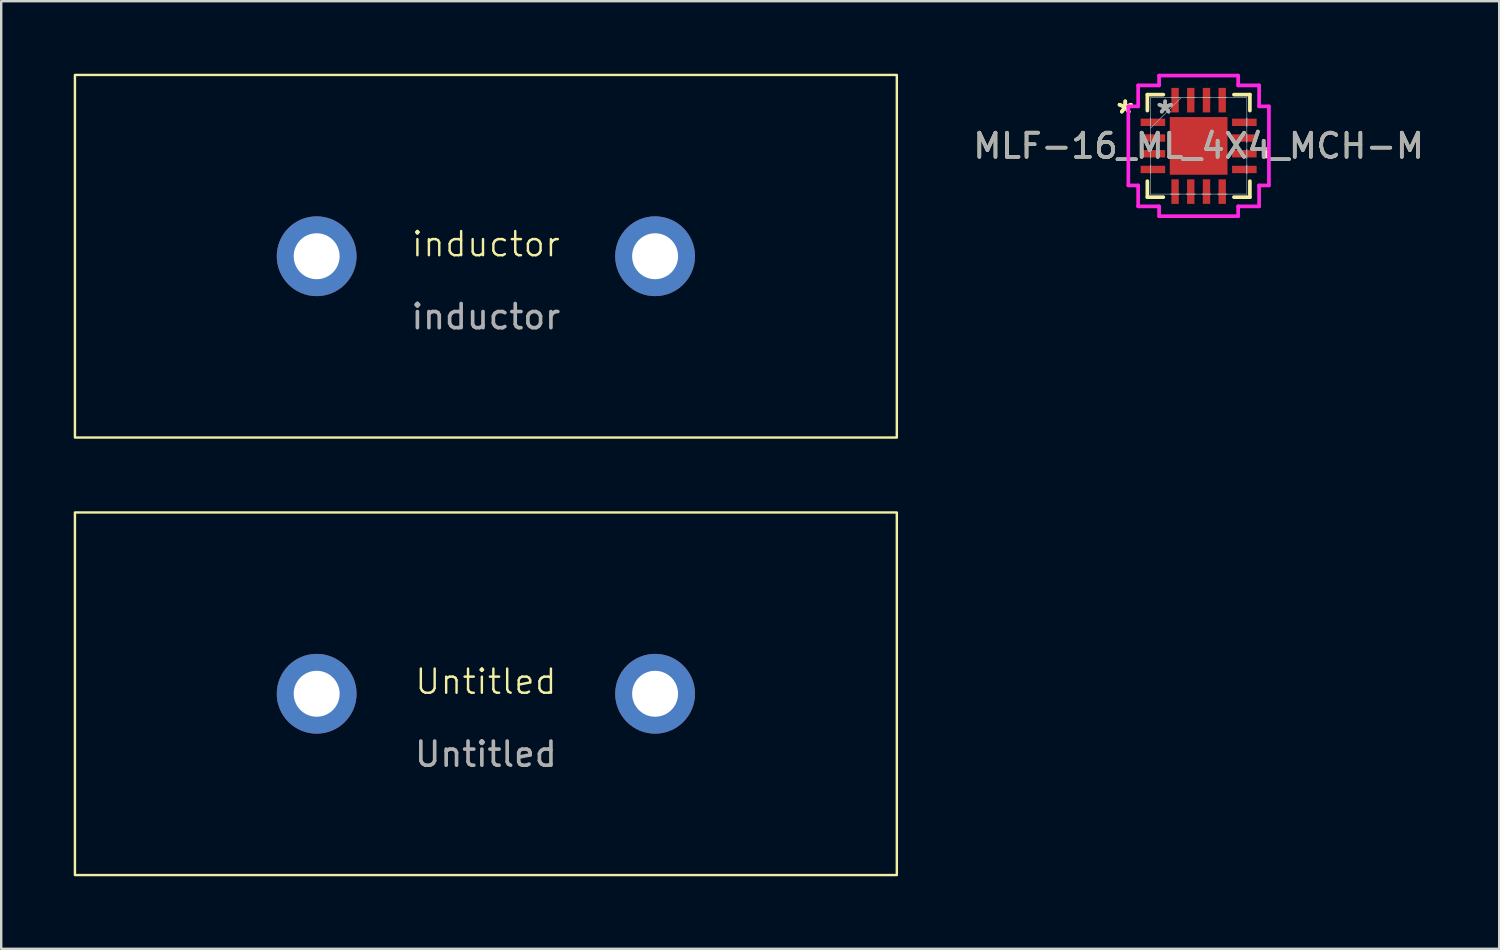
<source format=kicad_pcb>
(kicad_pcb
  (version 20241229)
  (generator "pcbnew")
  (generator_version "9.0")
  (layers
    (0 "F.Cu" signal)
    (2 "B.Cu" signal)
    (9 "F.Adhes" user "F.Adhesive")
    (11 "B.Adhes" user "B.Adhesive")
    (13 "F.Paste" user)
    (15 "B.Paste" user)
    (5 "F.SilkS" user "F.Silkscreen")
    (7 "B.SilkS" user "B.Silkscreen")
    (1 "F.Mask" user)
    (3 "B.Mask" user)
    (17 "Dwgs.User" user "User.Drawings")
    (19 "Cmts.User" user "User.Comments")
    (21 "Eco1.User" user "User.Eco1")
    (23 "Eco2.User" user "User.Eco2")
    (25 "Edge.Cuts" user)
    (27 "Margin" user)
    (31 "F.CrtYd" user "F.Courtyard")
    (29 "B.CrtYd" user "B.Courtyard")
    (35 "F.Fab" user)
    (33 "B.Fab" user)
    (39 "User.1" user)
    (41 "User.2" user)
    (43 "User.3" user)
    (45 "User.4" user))
  (footprint "MLF-16_ML_4X4_MCH-M"
    (layer "F.Cu")
    (at 46.535 2.985)
    (property "Reference" "MLF-16_ML_4X4_MCH-M" (at 0 0 0) (unlocked yes) (layer "F.SilkS") (effects (font (size 1 1) (thickness 0.15))))
    (attr smd)
    (fp_line (start -2.121 -2.121) (end -2.121 -1.46) (stroke (width 0.152) (type solid)) (layer "F.SilkS"))
    (fp_line (start -2.121 1.46) (end -2.121 2.121) (stroke (width 0.152) (type solid)) (layer "F.SilkS"))
    (fp_line (start -2.121 2.121) (end -1.46 2.121) (stroke (width 0.152) (type solid)) (layer "F.SilkS"))
    (fp_line (start -1.46 -2.121) (end -2.121 -2.121) (stroke (width 0.152) (type solid)) (layer "F.SilkS"))
    (fp_line (start 1.46 2.121) (end 2.121 2.121) (stroke (width 0.152) (type solid)) (layer "F.SilkS"))
    (fp_line (start 2.121 -2.121) (end 1.46 -2.121) (stroke (width 0.152) (type solid)) (layer "F.SilkS"))
    (fp_line (start 2.121 -1.46) (end 2.121 -2.121) (stroke (width 0.152) (type solid)) (layer "F.SilkS"))
    (fp_line (start 2.121 2.121) (end 2.121 1.46) (stroke (width 0.152) (type solid)) (layer "F.SilkS"))
    (fp_poly (pts (xy 2.908 0.135) (xy 2.908 0.516) (xy 2.654 0.516) (xy 2.654 0.135)) (stroke (width 0) (type solid)) (fill yes) (layer "F.SilkS"))
    (fp_line (start -2.908 -1.635) (end -2.502 -1.635) (stroke (width 0.152) (type solid)) (layer "F.CrtYd"))
    (fp_line (start -2.908 1.635) (end -2.908 -1.635) (stroke (width 0.152) (type solid)) (layer "F.CrtYd"))
    (fp_line (start -2.502 -2.502) (end -1.635 -2.502) (stroke (width 0.152) (type solid)) (layer "F.CrtYd"))
    (fp_line (start -2.502 -1.635) (end -2.502 -2.502) (stroke (width 0.152) (type solid)) (layer "F.CrtYd"))
    (fp_line (start -2.502 1.635) (end -2.908 1.635) (stroke (width 0.152) (type solid)) (layer "F.CrtYd"))
    (fp_line (start -2.502 2.502) (end -2.502 1.635) (stroke (width 0.152) (type solid)) (layer "F.CrtYd"))
    (fp_line (start -1.635 -2.908) (end 1.635 -2.908) (stroke (width 0.152) (type solid)) (layer "F.CrtYd"))
    (fp_line (start -1.635 -2.502) (end -1.635 -2.908) (stroke (width 0.152) (type solid)) (layer "F.CrtYd"))
    (fp_line (start -1.635 2.502) (end -2.502 2.502) (stroke (width 0.152) (type solid)) (layer "F.CrtYd"))
    (fp_line (start -1.635 2.908) (end -1.635 2.502) (stroke (width 0.152) (type solid)) (layer "F.CrtYd"))
    (fp_line (start 1.635 -2.908) (end 1.635 -2.502) (stroke (width 0.152) (type solid)) (layer "F.CrtYd"))
    (fp_line (start 1.635 -2.502) (end 2.502 -2.502) (stroke (width 0.152) (type solid)) (layer "F.CrtYd"))
    (fp_line (start 1.635 2.502) (end 1.635 2.908) (stroke (width 0.152) (type solid)) (layer "F.CrtYd"))
    (fp_line (start 1.635 2.908) (end -1.635 2.908) (stroke (width 0.152) (type solid)) (layer "F.CrtYd"))
    (fp_line (start 2.502 -2.502) (end 2.502 -1.635) (stroke (width 0.152) (type solid)) (layer "F.CrtYd"))
    (fp_line (start 2.502 -1.635) (end 2.908 -1.635) (stroke (width 0.152) (type solid)) (layer "F.CrtYd"))
    (fp_line (start 2.502 1.635) (end 2.502 2.502) (stroke (width 0.152) (type solid)) (layer "F.CrtYd"))
    (fp_line (start 2.502 2.502) (end 1.635 2.502) (stroke (width 0.152) (type solid)) (layer "F.CrtYd"))
    (fp_line (start 2.908 -1.635) (end 2.908 1.635) (stroke (width 0.152) (type solid)) (layer "F.CrtYd"))
    (fp_line (start 2.908 1.635) (end 2.502 1.635) (stroke (width 0.152) (type solid)) (layer "F.CrtYd"))
    (fp_line (start -1.994 -1.994) (end -1.994 -1.994) (stroke (width 0.025) (type solid)) (layer "F.Fab"))
    (fp_line (start -1.994 -1.994) (end -1.994 1.994) (stroke (width 0.025) (type solid)) (layer "F.Fab"))
    (fp_line (start -1.994 -1.153) (end -1.994 -1.153) (stroke (width 0.025) (type solid)) (layer "F.Fab"))
    (fp_line (start -1.994 -1.153) (end -1.994 -0.797) (stroke (width 0.025) (type solid)) (layer "F.Fab"))
    (fp_line (start -1.994 -0.797) (end -1.994 -1.153) (stroke (width 0.025) (type solid)) (layer "F.Fab"))
    (fp_line (start -1.994 -0.797) (end -1.994 -0.797) (stroke (width 0.025) (type solid)) (layer "F.Fab"))
    (fp_line (start -1.994 -0.724) (end -0.724 -1.994) (stroke (width 0.025) (type solid)) (layer "F.Fab"))
    (fp_line (start -1.994 -0.503) (end -1.994 -0.503) (stroke (width 0.025) (type solid)) (layer "F.Fab"))
    (fp_line (start -1.994 -0.503) (end -1.994 -0.147) (stroke (width 0.025) (type solid)) (layer "F.Fab"))
    (fp_line (start -1.994 -0.147) (end -1.994 -0.503) (stroke (width 0.025) (type solid)) (layer "F.Fab"))
    (fp_line (start -1.994 -0.147) (end -1.994 -0.147) (stroke (width 0.025) (type solid)) (layer "F.Fab"))
    (fp_line (start -1.994 0.147) (end -1.994 0.147) (stroke (width 0.025) (type solid)) (layer "F.Fab"))
    (fp_line (start -1.994 0.147) (end -1.994 0.503) (stroke (width 0.025) (type solid)) (layer "F.Fab"))
    (fp_line (start -1.994 0.503) (end -1.994 0.147) (stroke (width 0.025) (type solid)) (layer "F.Fab"))
    (fp_line (start -1.994 0.503) (end -1.994 0.503) (stroke (width 0.025) (type solid)) (layer "F.Fab"))
    (fp_line (start -1.994 0.797) (end -1.994 0.797) (stroke (width 0.025) (type solid)) (layer "F.Fab"))
    (fp_line (start -1.994 0.797) (end -1.994 1.153) (stroke (width 0.025) (type solid)) (layer "F.Fab"))
    (fp_line (start -1.994 1.153) (end -1.994 0.797) (stroke (width 0.025) (type solid)) (layer "F.Fab"))
    (fp_line (start -1.994 1.153) (end -1.994 1.153) (stroke (width 0.025) (type solid)) (layer "F.Fab"))
    (fp_line (start -1.994 1.994) (end -1.994 1.994) (stroke (width 0.025) (type solid)) (layer "F.Fab"))
    (fp_line (start -1.994 1.994) (end 1.994 1.994) (stroke (width 0.025) (type solid)) (layer "F.Fab"))
    (fp_line (start -1.153 -1.994) (end -1.153 -1.994) (stroke (width 0.025) (type solid)) (layer "F.Fab"))
    (fp_line (start -1.153 -1.994) (end -0.797 -1.994) (stroke (width 0.025) (type solid)) (layer "F.Fab"))
    (fp_line (start -1.153 1.994) (end -1.153 1.994) (stroke (width 0.025) (type solid)) (layer "F.Fab"))
    (fp_line (start -1.153 1.994) (end -0.797 1.994) (stroke (width 0.025) (type solid)) (layer "F.Fab"))
    (fp_line (start -0.797 -1.994) (end -1.153 -1.994) (stroke (width 0.025) (type solid)) (layer "F.Fab"))
    (fp_line (start -0.797 -1.994) (end -0.797 -1.994) (stroke (width 0.025) (type solid)) (layer "F.Fab"))
    (fp_line (start -0.797 1.994) (end -1.153 1.994) (stroke (width 0.025) (type solid)) (layer "F.Fab"))
    (fp_line (start -0.797 1.994) (end -0.797 1.994) (stroke (width 0.025) (type solid)) (layer "F.Fab"))
    (fp_line (start -0.503 -1.994) (end -0.503 -1.994) (stroke (width 0.025) (type solid)) (layer "F.Fab"))
    (fp_line (start -0.503 -1.994) (end -0.147 -1.994) (stroke (width 0.025) (type solid)) (layer "F.Fab"))
    (fp_line (start -0.503 1.994) (end -0.503 1.994) (stroke (width 0.025) (type solid)) (layer "F.Fab"))
    (fp_line (start -0.503 1.994) (end -0.147 1.994) (stroke (width 0.025) (type solid)) (layer "F.Fab"))
    (fp_line (start -0.147 -1.994) (end -0.503 -1.994) (stroke (width 0.025) (type solid)) (layer "F.Fab"))
    (fp_line (start -0.147 -1.994) (end -0.147 -1.994) (stroke (width 0.025) (type solid)) (layer "F.Fab"))
    (fp_line (start -0.147 1.994) (end -0.503 1.994) (stroke (width 0.025) (type solid)) (layer "F.Fab"))
    (fp_line (start -0.147 1.994) (end -0.147 1.994) (stroke (width 0.025) (type solid)) (layer "F.Fab"))
    (fp_line (start 0.147 -1.994) (end 0.147 -1.994) (stroke (width 0.025) (type solid)) (layer "F.Fab"))
    (fp_line (start 0.147 -1.994) (end 0.503 -1.994) (stroke (width 0.025) (type solid)) (layer "F.Fab"))
    (fp_line (start 0.147 1.994) (end 0.147 1.994) (stroke (width 0.025) (type solid)) (layer "F.Fab"))
    (fp_line (start 0.147 1.994) (end 0.503 1.994) (stroke (width 0.025) (type solid)) (layer "F.Fab"))
    (fp_line (start 0.503 -1.994) (end 0.147 -1.994) (stroke (width 0.025) (type solid)) (layer "F.Fab"))
    (fp_line (start 0.503 -1.994) (end 0.503 -1.994) (stroke (width 0.025) (type solid)) (layer "F.Fab"))
    (fp_line (start 0.503 1.994) (end 0.147 1.994) (stroke (width 0.025) (type solid)) (layer "F.Fab"))
    (fp_line (start 0.503 1.994) (end 0.503 1.994) (stroke (width 0.025) (type solid)) (layer "F.Fab"))
    (fp_line (start 0.797 -1.994) (end 0.797 -1.994) (stroke (width 0.025) (type solid)) (layer "F.Fab"))
    (fp_line (start 0.797 -1.994) (end 1.153 -1.994) (stroke (width 0.025) (type solid)) (layer "F.Fab"))
    (fp_line (start 0.797 1.994) (end 0.797 1.994) (stroke (width 0.025) (type solid)) (layer "F.Fab"))
    (fp_line (start 0.797 1.994) (end 1.153 1.994) (stroke (width 0.025) (type solid)) (layer "F.Fab"))
    (fp_line (start 1.153 -1.994) (end 0.797 -1.994) (stroke (width 0.025) (type solid)) (layer "F.Fab"))
    (fp_line (start 1.153 -1.994) (end 1.153 -1.994) (stroke (width 0.025) (type solid)) (layer "F.Fab"))
    (fp_line (start 1.153 1.994) (end 0.797 1.994) (stroke (width 0.025) (type solid)) (layer "F.Fab"))
    (fp_line (start 1.153 1.994) (end 1.153 1.994) (stroke (width 0.025) (type solid)) (layer "F.Fab"))
    (fp_line (start 1.994 -1.994) (end -1.994 -1.994) (stroke (width 0.025) (type solid)) (layer "F.Fab"))
    (fp_line (start 1.994 -1.994) (end 1.994 -1.994) (stroke (width 0.025) (type solid)) (layer "F.Fab"))
    (fp_line (start 1.994 -1.153) (end 1.994 -1.153) (stroke (width 0.025) (type solid)) (layer "F.Fab"))
    (fp_line (start 1.994 -1.153) (end 1.994 -0.797) (stroke (width 0.025) (type solid)) (layer "F.Fab"))
    (fp_line (start 1.994 -0.797) (end 1.994 -1.153) (stroke (width 0.025) (type solid)) (layer "F.Fab"))
    (fp_line (start 1.994 -0.797) (end 1.994 -0.797) (stroke (width 0.025) (type solid)) (layer "F.Fab"))
    (fp_line (start 1.994 -0.503) (end 1.994 -0.503) (stroke (width 0.025) (type solid)) (layer "F.Fab"))
    (fp_line (start 1.994 -0.503) (end 1.994 -0.147) (stroke (width 0.025) (type solid)) (layer "F.Fab"))
    (fp_line (start 1.994 -0.147) (end 1.994 -0.503) (stroke (width 0.025) (type solid)) (layer "F.Fab"))
    (fp_line (start 1.994 -0.147) (end 1.994 -0.147) (stroke (width 0.025) (type solid)) (layer "F.Fab"))
    (fp_line (start 1.994 0.147) (end 1.994 0.147) (stroke (width 0.025) (type solid)) (layer "F.Fab"))
    (fp_line (start 1.994 0.147) (end 1.994 0.503) (stroke (width 0.025) (type solid)) (layer "F.Fab"))
    (fp_line (start 1.994 0.503) (end 1.994 0.147) (stroke (width 0.025) (type solid)) (layer "F.Fab"))
    (fp_line (start 1.994 0.503) (end 1.994 0.503) (stroke (width 0.025) (type solid)) (layer "F.Fab"))
    (fp_line (start 1.994 0.797) (end 1.994 0.797) (stroke (width 0.025) (type solid)) (layer "F.Fab"))
    (fp_line (start 1.994 0.797) (end 1.994 1.153) (stroke (width 0.025) (type solid)) (layer "F.Fab"))
    (fp_line (start 1.994 1.153) (end 1.994 0.797) (stroke (width 0.025) (type solid)) (layer "F.Fab"))
    (fp_line (start 1.994 1.153) (end 1.994 1.153) (stroke (width 0.025) (type solid)) (layer "F.Fab"))
    (fp_line (start 1.994 1.994) (end 1.994 -1.994) (stroke (width 0.025) (type solid)) (layer "F.Fab"))
    (fp_line (start 1.994 1.994) (end 1.994 1.994) (stroke (width 0.025) (type solid)) (layer "F.Fab"))
    (fp_text user "*" (at -3.035 -1.3 0) (layer "F.SilkS") (effects (font (size 1 1) (thickness 0.15))))
    (fp_text user "*" (at -3.035 -1.3 0) (unlocked yes) (layer "F.SilkS") (effects (font (size 1 1) (thickness 0.15))))
    (fp_text user "*" (at -1.384 -1.3 0) (layer "F.Fab") (effects (font (size 1 1) (thickness 0.15))))
    (fp_text user "*" (at -1.384 -1.3 0) (unlocked yes) (layer "F.Fab") (effects (font (size 1 1) (thickness 0.15))))
    (fp_text user "${REFERENCE}" (at 0 0 0) (unlocked yes) (layer "F.Fab") (effects (font (size 1 1) (thickness 0.15))))
    (pad "1" smd rect (at -1.892 -0.975 90) (size 0.305 1.016) (layers "F.Cu" "F.Mask" "F.Paste"))
    (pad "2" smd rect (at -1.892 -0.325 90) (size 0.305 1.016) (layers "F.Cu" "F.Mask" "F.Paste"))
    (pad "3" smd rect (at -1.892 0.325 90) (size 0.305 1.016) (layers "F.Cu" "F.Mask" "F.Paste"))
    (pad "4" smd rect (at -1.892 0.975 90) (size 0.305 1.016) (layers "F.Cu" "F.Mask" "F.Paste"))
    (pad "5" smd rect (at -0.975 1.892) (size 0.305 1.016) (layers "F.Cu" "F.Mask" "F.Paste"))
    (pad "6" smd rect (at -0.325 1.892) (size 0.305 1.016) (layers "F.Cu" "F.Mask" "F.Paste"))
    (pad "7" smd rect (at 0.325 1.892) (size 0.305 1.016) (layers "F.Cu" "F.Mask" "F.Paste"))
    (pad "8" smd rect (at 0.975 1.892) (size 0.305 1.016) (layers "F.Cu" "F.Mask" "F.Paste"))
    (pad "9" smd rect (at 1.892 0.975 90) (size 0.305 1.016) (layers "F.Cu" "F.Mask" "F.Paste"))
    (pad "10" smd rect (at 1.892 0.325 90) (size 0.305 1.016) (layers "F.Cu" "F.Mask" "F.Paste"))
    (pad "11" smd rect (at 1.892 -0.325 90) (size 0.305 1.016) (layers "F.Cu" "F.Mask" "F.Paste"))
    (pad "12" smd rect (at 1.892 -0.975 90) (size 0.305 1.016) (layers "F.Cu" "F.Mask" "F.Paste"))
    (pad "13" smd rect (at 0.975 -1.892) (size 0.305 1.016) (layers "F.Cu" "F.Mask" "F.Paste"))
    (pad "14" smd rect (at 0.325 -1.892) (size 0.305 1.016) (layers "F.Cu" "F.Mask" "F.Paste"))
    (pad "15" smd rect (at -0.325 -1.892) (size 0.305 1.016) (layers "F.Cu" "F.Mask" "F.Paste"))
    (pad "16" smd rect (at -0.975 -1.892) (size 0.305 1.016) (layers "F.Cu" "F.Mask" "F.Paste"))
    (pad "17" smd rect (at 0 0) (size 2.388 2.388) (layers "F.Cu" "F.Mask" "F.Paste")))
  (footprint "Untitled"
    (layer "F.Cu")
    (at 17.05 25.65)
    (property "Reference" "Untitled" (at 0 -0.5 0) (unlocked yes) (layer "F.SilkS") (effects (font (size 1 1) (thickness 0.1))))
    (attr smd)
    (fp_rect (start 17 7.5) (end -17 -7.5) (stroke (width 0.1) (type solid)) (fill no) (layer "F.SilkS"))
    (fp_text user "${REFERENCE}" (at 0 2.5 0) (unlocked yes) (layer "F.Fab") (effects (font (size 1 1) (thickness 0.15))))
    (pad "1" thru_hole circle (at -7 0) (size 3.3 3.3) (drill 1.9) (layers "*.Cu" "*.Mask"))
    (pad "2" thru_hole circle (at 7 0) (size 3.3 3.3) (drill 1.9) (layers "*.Cu" "*.Mask")))
  (footprint "inductor"
    (layer "F.Cu")
    (at 17.05 7.55)
    (property "Reference" "inductor" (at 0 -0.5 0) (unlocked yes) (layer "F.SilkS") (effects (font (size 1 1) (thickness 0.1))))
    (attr smd)
    (fp_rect (start 17 7.5) (end -17 -7.5) (stroke (width 0.1) (type solid)) (fill no) (layer "F.SilkS"))
    (fp_text user "${REFERENCE}" (at 0 2.5 0) (unlocked yes) (layer "F.Fab") (effects (font (size 1 1) (thickness 0.15))))
    (pad "1" thru_hole circle (at -7 0) (size 3.3 3.3) (drill 1.9) (layers "*.Cu" "*.Mask"))
    (pad "2" thru_hole circle (at 7 0) (size 3.3 3.3) (drill 1.9) (layers "*.Cu" "*.Mask")))
  (gr_rect
    (start -3 -3)
    (end 58.969 36.2)
    (stroke (width 0.1) (type default))
    (fill no)
    (layer "Edge.Cuts")))
</source>
